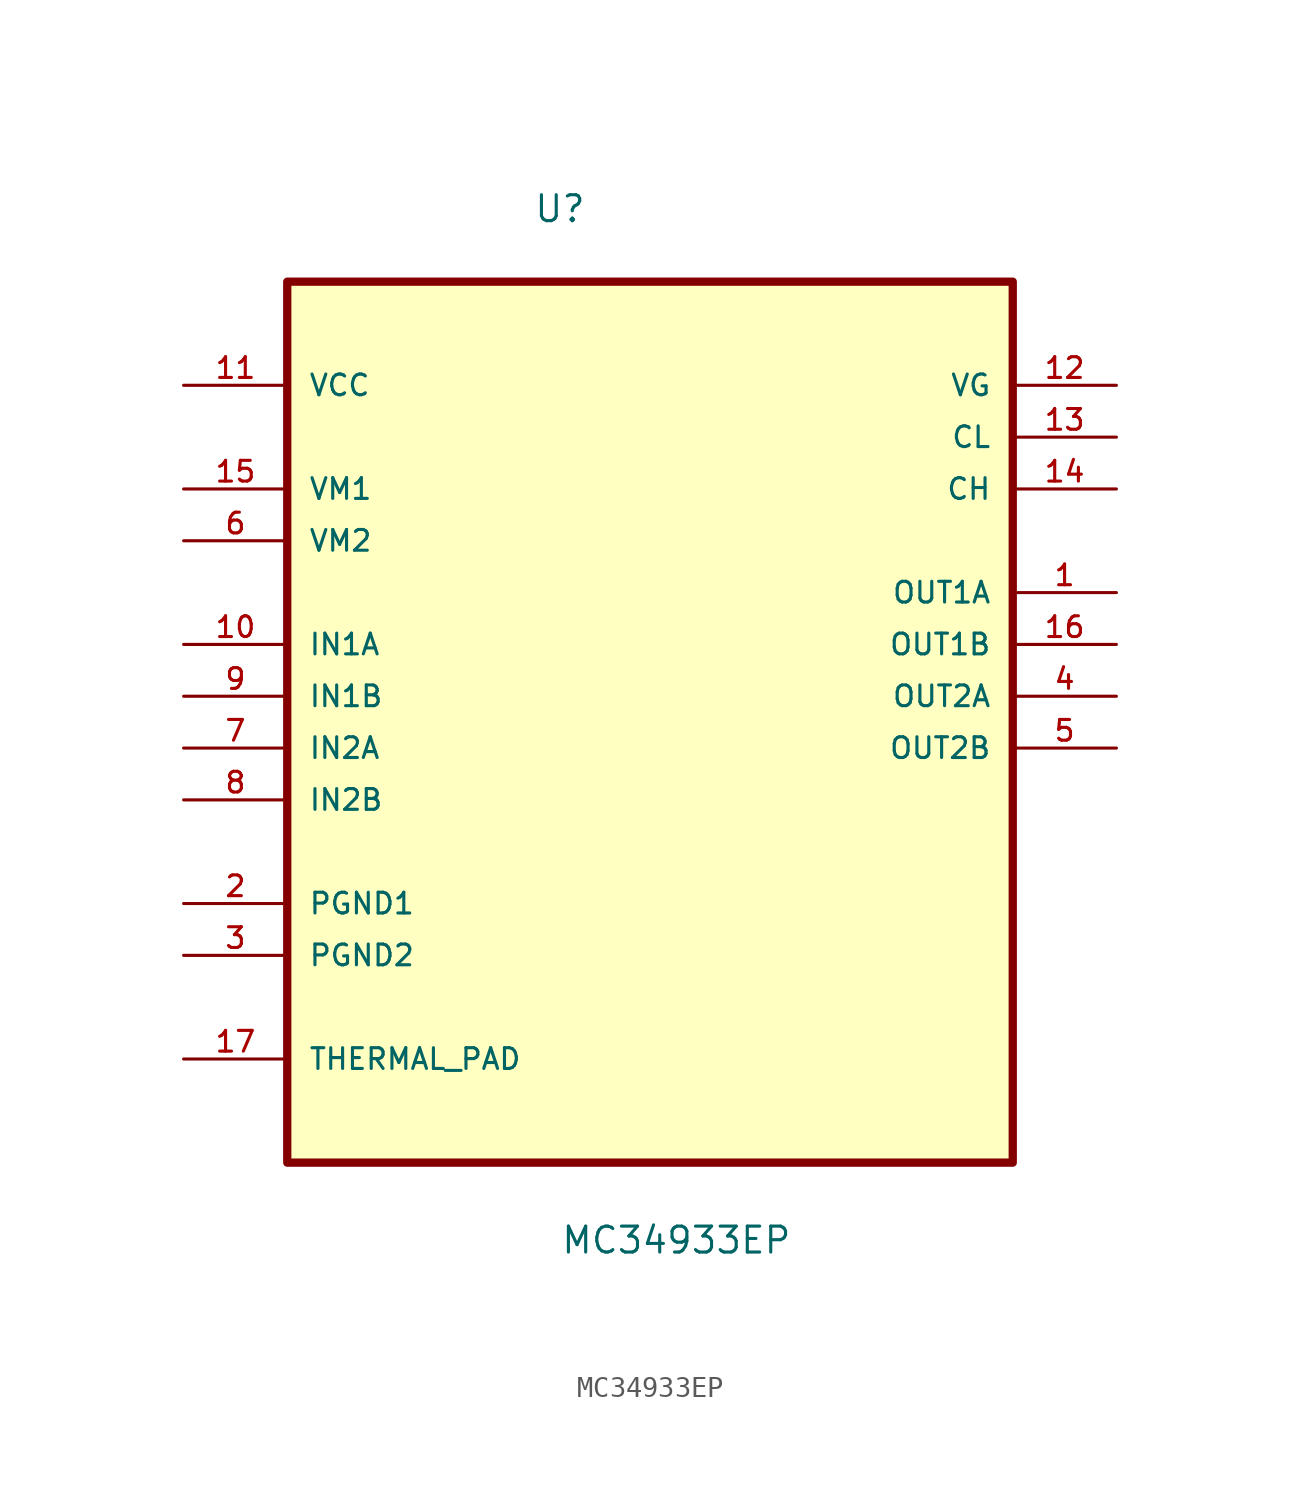
<source format=kicad_sym>
(kicad_symbol_lib
  (version 20211014)
  (generator kicad_symbol_editor)
  (symbol "MC34933EP"
    (pin_names
      (offset 1.016))
    (property "Reference" "U"
      (at -5.724 20.608 0.0)
      (effects (font (size 1.27 1.27)) (justify bottom left)))
    (property "Value" "MC34933EP"
      (at -4.402 -29.945 0.0)
      (effects (font (size 1.27 1.27)) (justify bottom left)))
    (symbol "MC34933EP_0_0"
      (rectangle (start -17.78 -25.4) (end 17.78 17.78) (stroke (width 0.406)) (fill (type background)))
      (pin power_in line (at -22.86 12.7 0) (length 5.08) (name "VCC" (effects (font (size 1.016 1.016)))) (number "11" (effects (font (size 1.016 1.016)))))
      (pin input line (at -22.86 7.62 0) (length 5.08) (name "VM1" (effects (font (size 1.016 1.016)))) (number "15" (effects (font (size 1.016 1.016)))))
      (pin input line (at -22.86 5.08 0) (length 5.08) (name "VM2" (effects (font (size 1.016 1.016)))) (number "6" (effects (font (size 1.016 1.016)))))
      (pin input line (at -22.86 0.0 0) (length 5.08) (name "IN1A" (effects (font (size 1.016 1.016)))) (number "10" (effects (font (size 1.016 1.016)))))
      (pin input line (at -22.86 -2.54 0) (length 5.08) (name "IN1B" (effects (font (size 1.016 1.016)))) (number "9" (effects (font (size 1.016 1.016)))))
      (pin input line (at -22.86 -5.08 0) (length 5.08) (name "IN2A" (effects (font (size 1.016 1.016)))) (number "7" (effects (font (size 1.016 1.016)))))
      (pin input line (at -22.86 -7.62 0) (length 5.08) (name "IN2B" (effects (font (size 1.016 1.016)))) (number "8" (effects (font (size 1.016 1.016)))))
      (pin passive line (at -22.86 -12.7 0) (length 5.08) (name "PGND1" (effects (font (size 1.016 1.016)))) (number "2" (effects (font (size 1.016 1.016)))))
      (pin passive line (at -22.86 -15.24 0) (length 5.08) (name "PGND2" (effects (font (size 1.016 1.016)))) (number "3" (effects (font (size 1.016 1.016)))))
      (pin passive line (at -22.86 -20.32 0) (length 5.08) (name "THERMAL_PAD" (effects (font (size 1.016 1.016)))) (number "17" (effects (font (size 1.016 1.016)))))
      (pin output line (at 22.86 12.7 180.0) (length 5.08) (name "VG" (effects (font (size 1.016 1.016)))) (number "12" (effects (font (size 1.016 1.016)))))
      (pin output line (at 22.86 10.16 180.0) (length 5.08) (name "CL" (effects (font (size 1.016 1.016)))) (number "13" (effects (font (size 1.016 1.016)))))
      (pin output line (at 22.86 7.62 180.0) (length 5.08) (name "CH" (effects (font (size 1.016 1.016)))) (number "14" (effects (font (size 1.016 1.016)))))
      (pin output line (at 22.86 2.54 180.0) (length 5.08) (name "OUT1A" (effects (font (size 1.016 1.016)))) (number "1" (effects (font (size 1.016 1.016)))))
      (pin output line (at 22.86 0.0 180.0) (length 5.08) (name "OUT1B" (effects (font (size 1.016 1.016)))) (number "16" (effects (font (size 1.016 1.016)))))
      (pin output line (at 22.86 -2.54 180.0) (length 5.08) (name "OUT2A" (effects (font (size 1.016 1.016)))) (number "4" (effects (font (size 1.016 1.016)))))
      (pin output line (at 22.86 -5.08 180.0) (length 5.08) (name "OUT2B" (effects (font (size 1.016 1.016)))) (number "5" (effects (font (size 1.016 1.016))))))))
</source>
